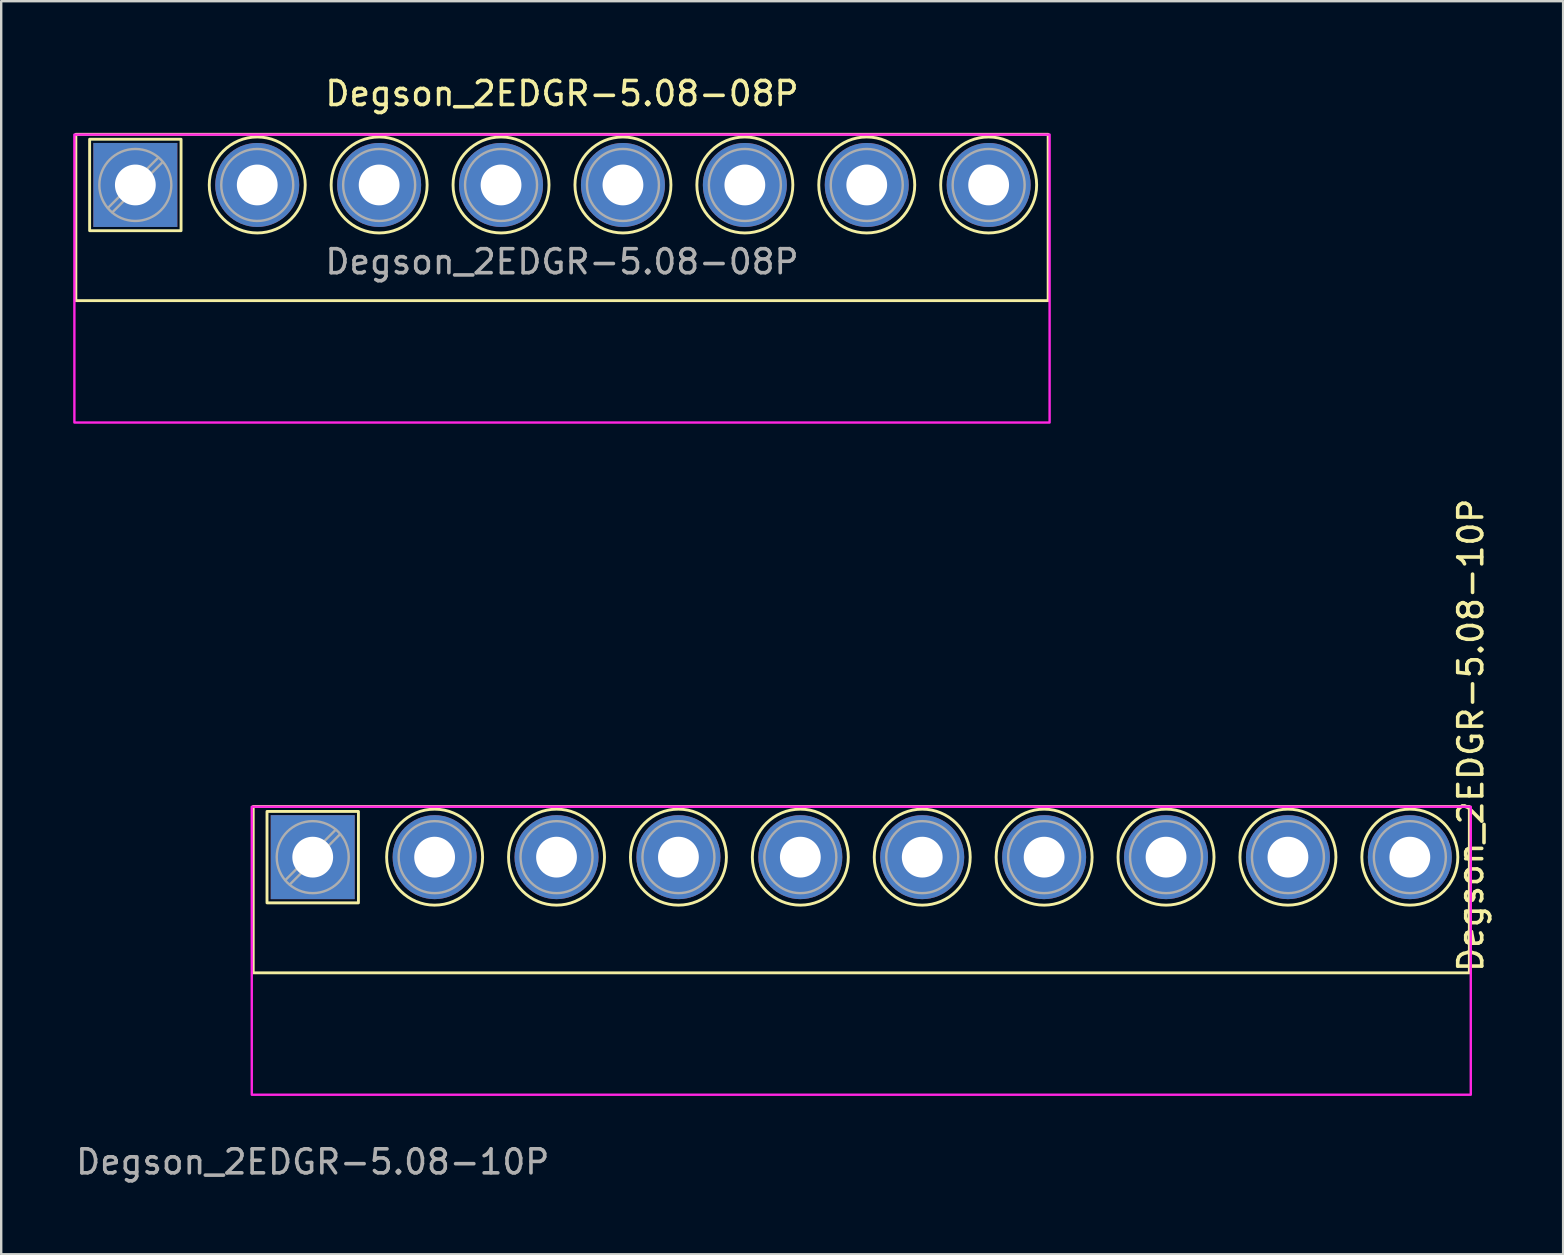
<source format=kicad_pcb>
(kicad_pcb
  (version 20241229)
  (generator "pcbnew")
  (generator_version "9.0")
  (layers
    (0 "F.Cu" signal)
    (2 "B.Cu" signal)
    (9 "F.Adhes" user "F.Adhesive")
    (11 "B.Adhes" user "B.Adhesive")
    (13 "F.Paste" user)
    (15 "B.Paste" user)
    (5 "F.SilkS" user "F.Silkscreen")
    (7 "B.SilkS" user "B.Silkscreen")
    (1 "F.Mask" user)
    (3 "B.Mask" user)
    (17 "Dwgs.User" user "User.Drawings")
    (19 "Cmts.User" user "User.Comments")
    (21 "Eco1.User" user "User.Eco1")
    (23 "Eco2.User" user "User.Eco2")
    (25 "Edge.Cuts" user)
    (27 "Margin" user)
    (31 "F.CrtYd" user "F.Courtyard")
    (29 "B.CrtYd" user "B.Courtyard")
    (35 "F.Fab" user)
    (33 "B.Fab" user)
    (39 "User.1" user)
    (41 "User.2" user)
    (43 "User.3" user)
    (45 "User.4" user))
  (footprint "Degson_2EDGR-5.08-10P"
    (layer "F.Cu")
    (at 9.982 32.67)
    (property "Reference" "Degson_2EDGR-5.08-10P" (at 48.26 -5.08 90) (layer "F.SilkS") (effects (font (size 1 1) (thickness 0.15))))
    (attr through_hole)
    (fp_rect (start -2.48 -2.11) (end 48.2 4.82) (stroke (width 0.12) (type default)) (fill no) (layer "F.SilkS"))
    (fp_rect (start -1.905 -1.905) (end 1.905 1.905) (stroke (width 0.12) (type default)) (fill no) (layer "F.SilkS"))
    (fp_circle (center 5.08 0) (end 7.08 0) (stroke (width 0.12) (type solid)) (fill no) (layer "F.SilkS"))
    (fp_circle (center 10.16 0) (end 12.16 0) (stroke (width 0.12) (type solid)) (fill no) (layer "F.SilkS"))
    (fp_circle (center 15.24 0) (end 17.24 0) (stroke (width 0.12) (type solid)) (fill no) (layer "F.SilkS"))
    (fp_circle (center 20.32 0) (end 22.32 0) (stroke (width 0.12) (type solid)) (fill no) (layer "F.SilkS"))
    (fp_circle (center 25.4 0) (end 27.4 0) (stroke (width 0.12) (type solid)) (fill no) (layer "F.SilkS"))
    (fp_circle (center 30.48 0) (end 32.48 0) (stroke (width 0.12) (type solid)) (fill no) (layer "F.SilkS"))
    (fp_circle (center 35.56 0) (end 37.56 0) (stroke (width 0.12) (type solid)) (fill no) (layer "F.SilkS"))
    (fp_circle (center 40.64 0) (end 42.64 0) (stroke (width 0.12) (type solid)) (fill no) (layer "F.SilkS"))
    (fp_circle (center 45.72 0) (end 47.72 0) (stroke (width 0.12) (type solid)) (fill no) (layer "F.SilkS"))
    (fp_rect (start -2.54 -2.1) (end 48.26 9.9) (stroke (width 0.1) (type default)) (fill no) (layer "F.CrtYd"))
    (fp_line (start 0.955 -1.138) (end -1.138 0.955) (stroke (width 0.1) (type solid)) (layer "F.Fab"))
    (fp_line (start 1.138 -0.955) (end -0.955 1.138) (stroke (width 0.1) (type solid)) (layer "F.Fab"))
    (fp_circle (center 0 0) (end 1.5 0) (stroke (width 0.1) (type solid)) (fill no) (layer "F.Fab"))
    (fp_circle (center 5.08 0) (end 6.58 0) (stroke (width 0.1) (type solid)) (fill no) (layer "F.Fab"))
    (fp_circle (center 10.16 0) (end 11.66 0) (stroke (width 0.1) (type solid)) (fill no) (layer "F.Fab"))
    (fp_circle (center 15.24 0) (end 16.74 0) (stroke (width 0.1) (type solid)) (fill no) (layer "F.Fab"))
    (fp_circle (center 20.32 0) (end 21.82 0) (stroke (width 0.1) (type solid)) (fill no) (layer "F.Fab"))
    (fp_circle (center 25.4 0) (end 26.9 0) (stroke (width 0.1) (type solid)) (fill no) (layer "F.Fab"))
    (fp_circle (center 30.48 0) (end 31.98 0) (stroke (width 0.1) (type solid)) (fill no) (layer "F.Fab"))
    (fp_circle (center 35.56 0) (end 37.06 0) (stroke (width 0.1) (type solid)) (fill no) (layer "F.Fab"))
    (fp_circle (center 40.64 0) (end 42.14 0) (stroke (width 0.1) (type solid)) (fill no) (layer "F.Fab"))
    (fp_circle (center 45.72 0) (end 47.22 0) (stroke (width 0.1) (type solid)) (fill no) (layer "F.Fab"))
    (fp_text user "${REFERENCE}" (at 0 12.7 0) (layer "F.Fab") (effects (font (size 1 1) (thickness 0.15))))
    (pad "1" thru_hole rect (at 0 0) (size 3.5 3.5) (drill 1.7) (layers "*.Cu" "*.Mask"))
    (pad "2" thru_hole circle (at 5.08 0) (size 3.5 3.5) (drill 1.7) (layers "*.Cu" "*.Mask"))
    (pad "3" thru_hole circle (at 10.16 0) (size 3.5 3.5) (drill 1.7) (layers "*.Cu" "*.Mask"))
    (pad "4" thru_hole circle (at 15.24 0) (size 3.5 3.5) (drill 1.7) (layers "*.Cu" "*.Mask"))
    (pad "5" thru_hole circle (at 20.32 0) (size 3.5 3.5) (drill 1.7) (layers "*.Cu" "*.Mask"))
    (pad "6" thru_hole circle (at 25.4 0) (size 3.5 3.5) (drill 1.7) (layers "*.Cu" "*.Mask"))
    (pad "7" thru_hole circle (at 30.48 0) (size 3.5 3.5) (drill 1.7) (layers "*.Cu" "*.Mask"))
    (pad "8" thru_hole circle (at 35.56 0) (size 3.5 3.5) (drill 1.7) (layers "*.Cu" "*.Mask"))
    (pad "9" thru_hole circle (at 40.64 0) (size 3.5 3.5) (drill 1.7) (layers "*.Cu" "*.Mask"))
    (pad "10" thru_hole circle (at 45.72 0) (size 3.5 3.5) (drill 1.7) (layers "*.Cu" "*.Mask")))
  (footprint "Degson_2EDGR-5.08-08P"
    (layer "F.Cu")
    (at 2.59 4.658)
    (property "Reference" "Degson_2EDGR-5.08-08P" (at 17.78 -3.81 0) (layer "F.SilkS") (effects (font (size 1 1) (thickness 0.15))))
    (attr through_hole)
    (fp_rect (start -2.48 -2.11) (end 38.04 4.82) (stroke (width 0.12) (type default)) (fill no) (layer "F.SilkS"))
    (fp_rect (start -1.905 -1.905) (end 1.905 1.905) (stroke (width 0.12) (type default)) (fill no) (layer "F.SilkS"))
    (fp_circle (center 5.08 0) (end 7.08 0) (stroke (width 0.12) (type solid)) (fill no) (layer "F.SilkS"))
    (fp_circle (center 10.16 0) (end 12.16 0) (stroke (width 0.12) (type solid)) (fill no) (layer "F.SilkS"))
    (fp_circle (center 15.24 0) (end 17.24 0) (stroke (width 0.12) (type solid)) (fill no) (layer "F.SilkS"))
    (fp_circle (center 20.32 0) (end 22.32 0) (stroke (width 0.12) (type solid)) (fill no) (layer "F.SilkS"))
    (fp_circle (center 25.4 0) (end 27.4 0) (stroke (width 0.12) (type solid)) (fill no) (layer "F.SilkS"))
    (fp_circle (center 30.48 0) (end 32.48 0) (stroke (width 0.12) (type solid)) (fill no) (layer "F.SilkS"))
    (fp_circle (center 35.56 0) (end 37.56 0) (stroke (width 0.12) (type solid)) (fill no) (layer "F.SilkS"))
    (fp_rect (start -2.54 -2.1) (end 38.1 9.9) (stroke (width 0.1) (type default)) (fill no) (layer "F.CrtYd"))
    (fp_line (start 0.955 -1.138) (end -1.138 0.955) (stroke (width 0.1) (type solid)) (layer "F.Fab"))
    (fp_line (start 1.138 -0.955) (end -0.955 1.138) (stroke (width 0.1) (type solid)) (layer "F.Fab"))
    (fp_circle (center 0 0) (end 1.5 0) (stroke (width 0.1) (type solid)) (fill no) (layer "F.Fab"))
    (fp_circle (center 5.08 0) (end 6.58 0) (stroke (width 0.1) (type solid)) (fill no) (layer "F.Fab"))
    (fp_circle (center 10.16 0) (end 11.66 0) (stroke (width 0.1) (type solid)) (fill no) (layer "F.Fab"))
    (fp_circle (center 15.24 0) (end 16.74 0) (stroke (width 0.1) (type solid)) (fill no) (layer "F.Fab"))
    (fp_circle (center 20.32 0) (end 21.82 0) (stroke (width 0.1) (type solid)) (fill no) (layer "F.Fab"))
    (fp_circle (center 25.4 0) (end 26.9 0) (stroke (width 0.1) (type solid)) (fill no) (layer "F.Fab"))
    (fp_circle (center 30.48 0) (end 31.98 0) (stroke (width 0.1) (type solid)) (fill no) (layer "F.Fab"))
    (fp_circle (center 35.56 0) (end 37.06 0) (stroke (width 0.1) (type solid)) (fill no) (layer "F.Fab"))
    (fp_text user "${REFERENCE}" (at 17.78 3.2 0) (layer "F.Fab") (effects (font (size 1 1) (thickness 0.15))))
    (pad "1" thru_hole rect (at 0 0) (size 3.5 3.5) (drill 1.7) (layers "*.Cu" "*.Mask"))
    (pad "2" thru_hole circle (at 5.08 0) (size 3.5 3.5) (drill 1.7) (layers "*.Cu" "*.Mask"))
    (pad "3" thru_hole circle (at 10.16 0) (size 3.5 3.5) (drill 1.7) (layers "*.Cu" "*.Mask"))
    (pad "4" thru_hole circle (at 15.24 0) (size 3.5 3.5) (drill 1.7) (layers "*.Cu" "*.Mask"))
    (pad "5" thru_hole circle (at 20.32 0) (size 3.5 3.5) (drill 1.7) (layers "*.Cu" "*.Mask"))
    (pad "6" thru_hole circle (at 25.4 0) (size 3.5 3.5) (drill 1.7) (layers "*.Cu" "*.Mask"))
    (pad "7" thru_hole circle (at 30.48 0) (size 3.5 3.5) (drill 1.7) (layers "*.Cu" "*.Mask"))
    (pad "8" thru_hole circle (at 35.56 0) (size 3.5 3.5) (drill 1.7) (layers "*.Cu" "*.Mask")))
  (gr_rect
    (start -3 -3)
    (end 62.09 49.219)
    (stroke (width 0.1) (type default))
    (fill no)
    (layer "Edge.Cuts")))
</source>
